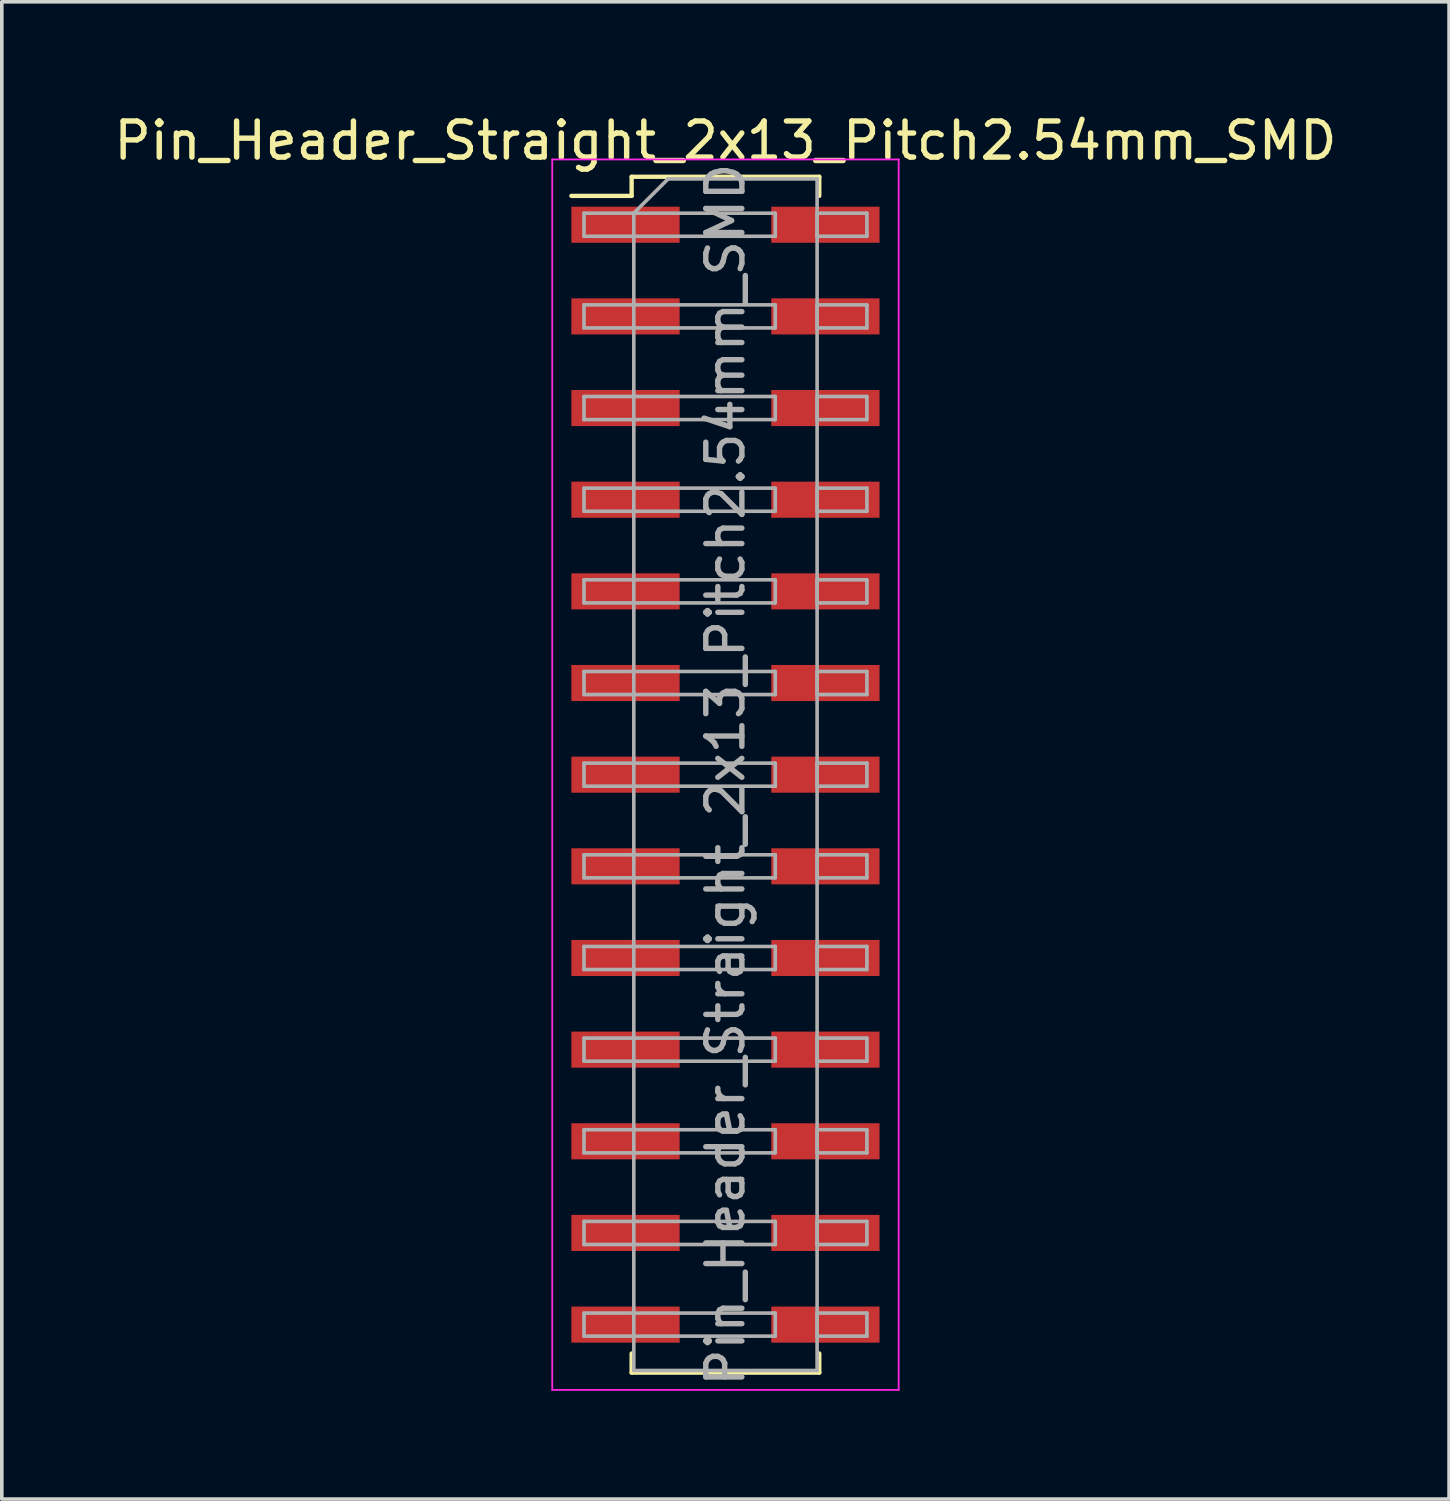
<source format=kicad_pcb>
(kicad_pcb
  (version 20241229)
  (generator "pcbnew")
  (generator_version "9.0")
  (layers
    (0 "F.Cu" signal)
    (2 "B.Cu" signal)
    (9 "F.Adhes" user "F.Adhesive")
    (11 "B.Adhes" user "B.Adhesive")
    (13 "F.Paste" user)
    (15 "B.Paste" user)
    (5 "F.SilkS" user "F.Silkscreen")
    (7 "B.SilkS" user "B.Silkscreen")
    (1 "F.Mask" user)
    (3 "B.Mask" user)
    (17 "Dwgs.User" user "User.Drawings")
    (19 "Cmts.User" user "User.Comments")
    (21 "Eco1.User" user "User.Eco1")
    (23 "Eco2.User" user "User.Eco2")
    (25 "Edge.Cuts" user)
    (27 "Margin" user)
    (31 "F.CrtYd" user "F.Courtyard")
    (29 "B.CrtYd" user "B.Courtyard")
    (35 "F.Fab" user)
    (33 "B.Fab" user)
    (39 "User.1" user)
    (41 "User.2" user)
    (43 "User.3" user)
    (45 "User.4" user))
  (footprint "Pin_Header_Straight_2x13_Pitch2.54mm_SMD"
    (layer "F.Cu")
    (at 17.054 18.418)
    (property "Reference" "Pin_Header_Straight_2x13_Pitch2.54mm_SMD" (at 0 -17.57 0) (layer "F.SilkS") (effects (font (size 1 1) (thickness 0.15))))
    (attr smd)
    (fp_line (start -4.27 -16.04) (end -2.6 -16.04) (stroke (width 0.12) (type solid)) (layer "F.SilkS"))
    (fp_line (start -2.6 -16.57) (end 2.6 -16.57) (stroke (width 0.12) (type solid)) (layer "F.SilkS"))
    (fp_line (start -2.6 -16.04) (end -2.6 -16.57) (stroke (width 0.12) (type solid)) (layer "F.SilkS"))
    (fp_line (start -2.6 16.04) (end -2.6 16.57) (stroke (width 0.12) (type solid)) (layer "F.SilkS"))
    (fp_line (start -2.6 16.57) (end 2.6 16.57) (stroke (width 0.12) (type solid)) (layer "F.SilkS"))
    (fp_line (start 2.6 -16.57) (end 2.6 -16.04) (stroke (width 0.12) (type solid)) (layer "F.SilkS"))
    (fp_line (start 2.6 16.57) (end 2.6 16.04) (stroke (width 0.12) (type solid)) (layer "F.SilkS"))
    (fp_line (start -4.8 -17.05) (end -4.8 17.05) (stroke (width 0.05) (type solid)) (layer "F.CrtYd"))
    (fp_line (start -4.8 17.05) (end 4.8 17.05) (stroke (width 0.05) (type solid)) (layer "F.CrtYd"))
    (fp_line (start 4.8 -17.05) (end -4.8 -17.05) (stroke (width 0.05) (type solid)) (layer "F.CrtYd"))
    (fp_line (start 4.8 17.05) (end 4.8 -17.05) (stroke (width 0.05) (type solid)) (layer "F.CrtYd"))
    (fp_line (start -3.92 -15.56) (end -3.92 -14.92) (stroke (width 0.1) (type solid)) (layer "F.Fab"))
    (fp_line (start -3.92 -14.92) (end -2.54 -14.92) (stroke (width 0.1) (type solid)) (layer "F.Fab"))
    (fp_line (start -3.92 -13.02) (end -3.92 -12.38) (stroke (width 0.1) (type solid)) (layer "F.Fab"))
    (fp_line (start -3.92 -12.38) (end -2.54 -12.38) (stroke (width 0.1) (type solid)) (layer "F.Fab"))
    (fp_line (start -3.92 -10.48) (end -3.92 -9.84) (stroke (width 0.1) (type solid)) (layer "F.Fab"))
    (fp_line (start -3.92 -9.84) (end -2.54 -9.84) (stroke (width 0.1) (type solid)) (layer "F.Fab"))
    (fp_line (start -3.92 -7.94) (end -3.92 -7.3) (stroke (width 0.1) (type solid)) (layer "F.Fab"))
    (fp_line (start -3.92 -7.3) (end -2.54 -7.3) (stroke (width 0.1) (type solid)) (layer "F.Fab"))
    (fp_line (start -3.92 -5.4) (end -3.92 -4.76) (stroke (width 0.1) (type solid)) (layer "F.Fab"))
    (fp_line (start -3.92 -4.76) (end -2.54 -4.76) (stroke (width 0.1) (type solid)) (layer "F.Fab"))
    (fp_line (start -3.92 -2.86) (end -3.92 -2.22) (stroke (width 0.1) (type solid)) (layer "F.Fab"))
    (fp_line (start -3.92 -2.22) (end -2.54 -2.22) (stroke (width 0.1) (type solid)) (layer "F.Fab"))
    (fp_line (start -3.92 -0.32) (end -3.92 0.32) (stroke (width 0.1) (type solid)) (layer "F.Fab"))
    (fp_line (start -3.92 0.32) (end -2.54 0.32) (stroke (width 0.1) (type solid)) (layer "F.Fab"))
    (fp_line (start -3.92 2.22) (end -3.92 2.86) (stroke (width 0.1) (type solid)) (layer "F.Fab"))
    (fp_line (start -3.92 2.86) (end -2.54 2.86) (stroke (width 0.1) (type solid)) (layer "F.Fab"))
    (fp_line (start -3.92 4.76) (end -3.92 5.4) (stroke (width 0.1) (type solid)) (layer "F.Fab"))
    (fp_line (start -3.92 5.4) (end -2.54 5.4) (stroke (width 0.1) (type solid)) (layer "F.Fab"))
    (fp_line (start -3.92 7.3) (end -3.92 7.94) (stroke (width 0.1) (type solid)) (layer "F.Fab"))
    (fp_line (start -3.92 7.94) (end -2.54 7.94) (stroke (width 0.1) (type solid)) (layer "F.Fab"))
    (fp_line (start -3.92 9.84) (end -3.92 10.48) (stroke (width 0.1) (type solid)) (layer "F.Fab"))
    (fp_line (start -3.92 10.48) (end -2.54 10.48) (stroke (width 0.1) (type solid)) (layer "F.Fab"))
    (fp_line (start -3.92 12.38) (end -3.92 13.02) (stroke (width 0.1) (type solid)) (layer "F.Fab"))
    (fp_line (start -3.92 13.02) (end -2.54 13.02) (stroke (width 0.1) (type solid)) (layer "F.Fab"))
    (fp_line (start -3.92 14.92) (end -3.92 15.56) (stroke (width 0.1) (type solid)) (layer "F.Fab"))
    (fp_line (start -3.92 15.56) (end -2.54 15.56) (stroke (width 0.1) (type solid)) (layer "F.Fab"))
    (fp_line (start -2.54 -15.56) (end -3.92 -15.56) (stroke (width 0.1) (type solid)) (layer "F.Fab"))
    (fp_line (start -2.54 -15.56) (end -1.59 -16.51) (stroke (width 0.1) (type solid)) (layer "F.Fab"))
    (fp_line (start -2.54 -15.56) (end 1.38 -15.56) (stroke (width 0.1) (type solid)) (layer "F.Fab"))
    (fp_line (start -2.54 -13.02) (end -3.92 -13.02) (stroke (width 0.1) (type solid)) (layer "F.Fab"))
    (fp_line (start -2.54 -13.02) (end 1.38 -13.02) (stroke (width 0.1) (type solid)) (layer "F.Fab"))
    (fp_line (start -2.54 -10.48) (end -3.92 -10.48) (stroke (width 0.1) (type solid)) (layer "F.Fab"))
    (fp_line (start -2.54 -10.48) (end 1.38 -10.48) (stroke (width 0.1) (type solid)) (layer "F.Fab"))
    (fp_line (start -2.54 -7.94) (end -3.92 -7.94) (stroke (width 0.1) (type solid)) (layer "F.Fab"))
    (fp_line (start -2.54 -7.94) (end 1.38 -7.94) (stroke (width 0.1) (type solid)) (layer "F.Fab"))
    (fp_line (start -2.54 -5.4) (end -3.92 -5.4) (stroke (width 0.1) (type solid)) (layer "F.Fab"))
    (fp_line (start -2.54 -5.4) (end 1.38 -5.4) (stroke (width 0.1) (type solid)) (layer "F.Fab"))
    (fp_line (start -2.54 -2.86) (end -3.92 -2.86) (stroke (width 0.1) (type solid)) (layer "F.Fab"))
    (fp_line (start -2.54 -2.86) (end 1.38 -2.86) (stroke (width 0.1) (type solid)) (layer "F.Fab"))
    (fp_line (start -2.54 -0.32) (end -3.92 -0.32) (stroke (width 0.1) (type solid)) (layer "F.Fab"))
    (fp_line (start -2.54 -0.32) (end 1.38 -0.32) (stroke (width 0.1) (type solid)) (layer "F.Fab"))
    (fp_line (start -2.54 2.22) (end -3.92 2.22) (stroke (width 0.1) (type solid)) (layer "F.Fab"))
    (fp_line (start -2.54 2.22) (end 1.38 2.22) (stroke (width 0.1) (type solid)) (layer "F.Fab"))
    (fp_line (start -2.54 4.76) (end -3.92 4.76) (stroke (width 0.1) (type solid)) (layer "F.Fab"))
    (fp_line (start -2.54 4.76) (end 1.38 4.76) (stroke (width 0.1) (type solid)) (layer "F.Fab"))
    (fp_line (start -2.54 7.3) (end -3.92 7.3) (stroke (width 0.1) (type solid)) (layer "F.Fab"))
    (fp_line (start -2.54 7.3) (end 1.38 7.3) (stroke (width 0.1) (type solid)) (layer "F.Fab"))
    (fp_line (start -2.54 9.84) (end -3.92 9.84) (stroke (width 0.1) (type solid)) (layer "F.Fab"))
    (fp_line (start -2.54 9.84) (end 1.38 9.84) (stroke (width 0.1) (type solid)) (layer "F.Fab"))
    (fp_line (start -2.54 12.38) (end -3.92 12.38) (stroke (width 0.1) (type solid)) (layer "F.Fab"))
    (fp_line (start -2.54 12.38) (end 1.38 12.38) (stroke (width 0.1) (type solid)) (layer "F.Fab"))
    (fp_line (start -2.54 14.92) (end -3.92 14.92) (stroke (width 0.1) (type solid)) (layer "F.Fab"))
    (fp_line (start -2.54 14.92) (end 1.38 14.92) (stroke (width 0.1) (type solid)) (layer "F.Fab"))
    (fp_line (start -2.54 16.51) (end -2.54 -15.56) (stroke (width 0.1) (type solid)) (layer "F.Fab"))
    (fp_line (start -1.59 -16.51) (end 2.54 -16.51) (stroke (width 0.1) (type solid)) (layer "F.Fab"))
    (fp_line (start 1.38 -15.56) (end 1.38 -14.92) (stroke (width 0.1) (type solid)) (layer "F.Fab"))
    (fp_line (start 1.38 -14.92) (end -2.54 -14.92) (stroke (width 0.1) (type solid)) (layer "F.Fab"))
    (fp_line (start 1.38 -13.02) (end 1.38 -12.38) (stroke (width 0.1) (type solid)) (layer "F.Fab"))
    (fp_line (start 1.38 -12.38) (end -2.54 -12.38) (stroke (width 0.1) (type solid)) (layer "F.Fab"))
    (fp_line (start 1.38 -10.48) (end 1.38 -9.84) (stroke (width 0.1) (type solid)) (layer "F.Fab"))
    (fp_line (start 1.38 -9.84) (end -2.54 -9.84) (stroke (width 0.1) (type solid)) (layer "F.Fab"))
    (fp_line (start 1.38 -7.94) (end 1.38 -7.3) (stroke (width 0.1) (type solid)) (layer "F.Fab"))
    (fp_line (start 1.38 -7.3) (end -2.54 -7.3) (stroke (width 0.1) (type solid)) (layer "F.Fab"))
    (fp_line (start 1.38 -5.4) (end 1.38 -4.76) (stroke (width 0.1) (type solid)) (layer "F.Fab"))
    (fp_line (start 1.38 -4.76) (end -2.54 -4.76) (stroke (width 0.1) (type solid)) (layer "F.Fab"))
    (fp_line (start 1.38 -2.86) (end 1.38 -2.22) (stroke (width 0.1) (type solid)) (layer "F.Fab"))
    (fp_line (start 1.38 -2.22) (end -2.54 -2.22) (stroke (width 0.1) (type solid)) (layer "F.Fab"))
    (fp_line (start 1.38 -0.32) (end 1.38 0.32) (stroke (width 0.1) (type solid)) (layer "F.Fab"))
    (fp_line (start 1.38 0.32) (end -2.54 0.32) (stroke (width 0.1) (type solid)) (layer "F.Fab"))
    (fp_line (start 1.38 2.22) (end 1.38 2.86) (stroke (width 0.1) (type solid)) (layer "F.Fab"))
    (fp_line (start 1.38 2.86) (end -2.54 2.86) (stroke (width 0.1) (type solid)) (layer "F.Fab"))
    (fp_line (start 1.38 4.76) (end 1.38 5.4) (stroke (width 0.1) (type solid)) (layer "F.Fab"))
    (fp_line (start 1.38 5.4) (end -2.54 5.4) (stroke (width 0.1) (type solid)) (layer "F.Fab"))
    (fp_line (start 1.38 7.3) (end 1.38 7.94) (stroke (width 0.1) (type solid)) (layer "F.Fab"))
    (fp_line (start 1.38 7.94) (end -2.54 7.94) (stroke (width 0.1) (type solid)) (layer "F.Fab"))
    (fp_line (start 1.38 9.84) (end 1.38 10.48) (stroke (width 0.1) (type solid)) (layer "F.Fab"))
    (fp_line (start 1.38 10.48) (end -2.54 10.48) (stroke (width 0.1) (type solid)) (layer "F.Fab"))
    (fp_line (start 1.38 12.38) (end 1.38 13.02) (stroke (width 0.1) (type solid)) (layer "F.Fab"))
    (fp_line (start 1.38 13.02) (end -2.54 13.02) (stroke (width 0.1) (type solid)) (layer "F.Fab"))
    (fp_line (start 1.38 14.92) (end 1.38 15.56) (stroke (width 0.1) (type solid)) (layer "F.Fab"))
    (fp_line (start 1.38 15.56) (end -2.54 15.56) (stroke (width 0.1) (type solid)) (layer "F.Fab"))
    (fp_line (start 2.54 -16.51) (end 2.54 16.51) (stroke (width 0.1) (type solid)) (layer "F.Fab"))
    (fp_line (start 2.54 -15.56) (end 2.54 -14.92) (stroke (width 0.1) (type solid)) (layer "F.Fab"))
    (fp_line (start 2.54 -14.92) (end 3.92 -14.92) (stroke (width 0.1) (type solid)) (layer "F.Fab"))
    (fp_line (start 2.54 -13.02) (end 2.54 -12.38) (stroke (width 0.1) (type solid)) (layer "F.Fab"))
    (fp_line (start 2.54 -12.38) (end 3.92 -12.38) (stroke (width 0.1) (type solid)) (layer "F.Fab"))
    (fp_line (start 2.54 -10.48) (end 2.54 -9.84) (stroke (width 0.1) (type solid)) (layer "F.Fab"))
    (fp_line (start 2.54 -9.84) (end 3.92 -9.84) (stroke (width 0.1) (type solid)) (layer "F.Fab"))
    (fp_line (start 2.54 -7.94) (end 2.54 -7.3) (stroke (width 0.1) (type solid)) (layer "F.Fab"))
    (fp_line (start 2.54 -7.3) (end 3.92 -7.3) (stroke (width 0.1) (type solid)) (layer "F.Fab"))
    (fp_line (start 2.54 -5.4) (end 2.54 -4.76) (stroke (width 0.1) (type solid)) (layer "F.Fab"))
    (fp_line (start 2.54 -4.76) (end 3.92 -4.76) (stroke (width 0.1) (type solid)) (layer "F.Fab"))
    (fp_line (start 2.54 -2.86) (end 2.54 -2.22) (stroke (width 0.1) (type solid)) (layer "F.Fab"))
    (fp_line (start 2.54 -2.22) (end 3.92 -2.22) (stroke (width 0.1) (type solid)) (layer "F.Fab"))
    (fp_line (start 2.54 -0.32) (end 2.54 0.32) (stroke (width 0.1) (type solid)) (layer "F.Fab"))
    (fp_line (start 2.54 0.32) (end 3.92 0.32) (stroke (width 0.1) (type solid)) (layer "F.Fab"))
    (fp_line (start 2.54 2.22) (end 2.54 2.86) (stroke (width 0.1) (type solid)) (layer "F.Fab"))
    (fp_line (start 2.54 2.86) (end 3.92 2.86) (stroke (width 0.1) (type solid)) (layer "F.Fab"))
    (fp_line (start 2.54 4.76) (end 2.54 5.4) (stroke (width 0.1) (type solid)) (layer "F.Fab"))
    (fp_line (start 2.54 5.4) (end 3.92 5.4) (stroke (width 0.1) (type solid)) (layer "F.Fab"))
    (fp_line (start 2.54 7.3) (end 2.54 7.94) (stroke (width 0.1) (type solid)) (layer "F.Fab"))
    (fp_line (start 2.54 7.94) (end 3.92 7.94) (stroke (width 0.1) (type solid)) (layer "F.Fab"))
    (fp_line (start 2.54 9.84) (end 2.54 10.48) (stroke (width 0.1) (type solid)) (layer "F.Fab"))
    (fp_line (start 2.54 10.48) (end 3.92 10.48) (stroke (width 0.1) (type solid)) (layer "F.Fab"))
    (fp_line (start 2.54 12.38) (end 2.54 13.02) (stroke (width 0.1) (type solid)) (layer "F.Fab"))
    (fp_line (start 2.54 13.02) (end 3.92 13.02) (stroke (width 0.1) (type solid)) (layer "F.Fab"))
    (fp_line (start 2.54 14.92) (end 2.54 15.56) (stroke (width 0.1) (type solid)) (layer "F.Fab"))
    (fp_line (start 2.54 15.56) (end 3.92 15.56) (stroke (width 0.1) (type solid)) (layer "F.Fab"))
    (fp_line (start 2.54 16.51) (end -2.54 16.51) (stroke (width 0.1) (type solid)) (layer "F.Fab"))
    (fp_line (start 3.92 -15.56) (end 2.54 -15.56) (stroke (width 0.1) (type solid)) (layer "F.Fab"))
    (fp_line (start 3.92 -14.92) (end 3.92 -15.56) (stroke (width 0.1) (type solid)) (layer "F.Fab"))
    (fp_line (start 3.92 -13.02) (end 2.54 -13.02) (stroke (width 0.1) (type solid)) (layer "F.Fab"))
    (fp_line (start 3.92 -12.38) (end 3.92 -13.02) (stroke (width 0.1) (type solid)) (layer "F.Fab"))
    (fp_line (start 3.92 -10.48) (end 2.54 -10.48) (stroke (width 0.1) (type solid)) (layer "F.Fab"))
    (fp_line (start 3.92 -9.84) (end 3.92 -10.48) (stroke (width 0.1) (type solid)) (layer "F.Fab"))
    (fp_line (start 3.92 -7.94) (end 2.54 -7.94) (stroke (width 0.1) (type solid)) (layer "F.Fab"))
    (fp_line (start 3.92 -7.3) (end 3.92 -7.94) (stroke (width 0.1) (type solid)) (layer "F.Fab"))
    (fp_line (start 3.92 -5.4) (end 2.54 -5.4) (stroke (width 0.1) (type solid)) (layer "F.Fab"))
    (fp_line (start 3.92 -4.76) (end 3.92 -5.4) (stroke (width 0.1) (type solid)) (layer "F.Fab"))
    (fp_line (start 3.92 -2.86) (end 2.54 -2.86) (stroke (width 0.1) (type solid)) (layer "F.Fab"))
    (fp_line (start 3.92 -2.22) (end 3.92 -2.86) (stroke (width 0.1) (type solid)) (layer "F.Fab"))
    (fp_line (start 3.92 -0.32) (end 2.54 -0.32) (stroke (width 0.1) (type solid)) (layer "F.Fab"))
    (fp_line (start 3.92 0.32) (end 3.92 -0.32) (stroke (width 0.1) (type solid)) (layer "F.Fab"))
    (fp_line (start 3.92 2.22) (end 2.54 2.22) (stroke (width 0.1) (type solid)) (layer "F.Fab"))
    (fp_line (start 3.92 2.86) (end 3.92 2.22) (stroke (width 0.1) (type solid)) (layer "F.Fab"))
    (fp_line (start 3.92 4.76) (end 2.54 4.76) (stroke (width 0.1) (type solid)) (layer "F.Fab"))
    (fp_line (start 3.92 5.4) (end 3.92 4.76) (stroke (width 0.1) (type solid)) (layer "F.Fab"))
    (fp_line (start 3.92 7.3) (end 2.54 7.3) (stroke (width 0.1) (type solid)) (layer "F.Fab"))
    (fp_line (start 3.92 7.94) (end 3.92 7.3) (stroke (width 0.1) (type solid)) (layer "F.Fab"))
    (fp_line (start 3.92 9.84) (end 2.54 9.84) (stroke (width 0.1) (type solid)) (layer "F.Fab"))
    (fp_line (start 3.92 10.48) (end 3.92 9.84) (stroke (width 0.1) (type solid)) (layer "F.Fab"))
    (fp_line (start 3.92 12.38) (end 2.54 12.38) (stroke (width 0.1) (type solid)) (layer "F.Fab"))
    (fp_line (start 3.92 13.02) (end 3.92 12.38) (stroke (width 0.1) (type solid)) (layer "F.Fab"))
    (fp_line (start 3.92 14.92) (end 2.54 14.92) (stroke (width 0.1) (type solid)) (layer "F.Fab"))
    (fp_line (start 3.92 15.56) (end 3.92 14.92) (stroke (width 0.1) (type solid)) (layer "F.Fab"))
    (fp_text user "${REFERENCE}" (at 0 0 90) (layer "F.Fab") (effects (font (size 1 1) (thickness 0.15))))
    (pad "1" smd rect (at -2.77 -15.24) (size 3 1) (layers "F.Cu" "F.Mask" "F.Paste"))
    (pad "2" smd rect (at 2.77 -15.24) (size 3 1) (layers "F.Cu" "F.Mask" "F.Paste"))
    (pad "3" smd rect (at -2.77 -12.7) (size 3 1) (layers "F.Cu" "F.Mask" "F.Paste"))
    (pad "4" smd rect (at 2.77 -12.7) (size 3 1) (layers "F.Cu" "F.Mask" "F.Paste"))
    (pad "5" smd rect (at -2.77 -10.16) (size 3 1) (layers "F.Cu" "F.Mask" "F.Paste"))
    (pad "6" smd rect (at 2.77 -10.16) (size 3 1) (layers "F.Cu" "F.Mask" "F.Paste"))
    (pad "7" smd rect (at -2.77 -7.62) (size 3 1) (layers "F.Cu" "F.Mask" "F.Paste"))
    (pad "8" smd rect (at 2.77 -7.62) (size 3 1) (layers "F.Cu" "F.Mask" "F.Paste"))
    (pad "9" smd rect (at -2.77 -5.08) (size 3 1) (layers "F.Cu" "F.Mask" "F.Paste"))
    (pad "10" smd rect (at 2.77 -5.08) (size 3 1) (layers "F.Cu" "F.Mask" "F.Paste"))
    (pad "11" smd rect (at -2.77 -2.54) (size 3 1) (layers "F.Cu" "F.Mask" "F.Paste"))
    (pad "12" smd rect (at 2.77 -2.54) (size 3 1) (layers "F.Cu" "F.Mask" "F.Paste"))
    (pad "13" smd rect (at -2.77 0) (size 3 1) (layers "F.Cu" "F.Mask" "F.Paste"))
    (pad "14" smd rect (at 2.77 0) (size 3 1) (layers "F.Cu" "F.Mask" "F.Paste"))
    (pad "15" smd rect (at -2.77 2.54) (size 3 1) (layers "F.Cu" "F.Mask" "F.Paste"))
    (pad "16" smd rect (at 2.77 2.54) (size 3 1) (layers "F.Cu" "F.Mask" "F.Paste"))
    (pad "17" smd rect (at -2.77 5.08) (size 3 1) (layers "F.Cu" "F.Mask" "F.Paste"))
    (pad "18" smd rect (at 2.77 5.08) (size 3 1) (layers "F.Cu" "F.Mask" "F.Paste"))
    (pad "19" smd rect (at -2.77 7.62) (size 3 1) (layers "F.Cu" "F.Mask" "F.Paste"))
    (pad "20" smd rect (at 2.77 7.62) (size 3 1) (layers "F.Cu" "F.Mask" "F.Paste"))
    (pad "21" smd rect (at -2.77 10.16) (size 3 1) (layers "F.Cu" "F.Mask" "F.Paste"))
    (pad "22" smd rect (at 2.77 10.16) (size 3 1) (layers "F.Cu" "F.Mask" "F.Paste"))
    (pad "23" smd rect (at -2.77 12.7) (size 3 1) (layers "F.Cu" "F.Mask" "F.Paste"))
    (pad "24" smd rect (at 2.77 12.7) (size 3 1) (layers "F.Cu" "F.Mask" "F.Paste"))
    (pad "25" smd rect (at -2.77 15.24) (size 3 1) (layers "F.Cu" "F.Mask" "F.Paste"))
    (pad "26" smd rect (at 2.77 15.24) (size 3 1) (layers "F.Cu" "F.Mask" "F.Paste")))
  (gr_rect
    (start -3 -3)
    (end 37.107 38.493)
    (stroke (width 0.1) (type default))
    (fill no)
    (layer "Edge.Cuts")))
</source>
